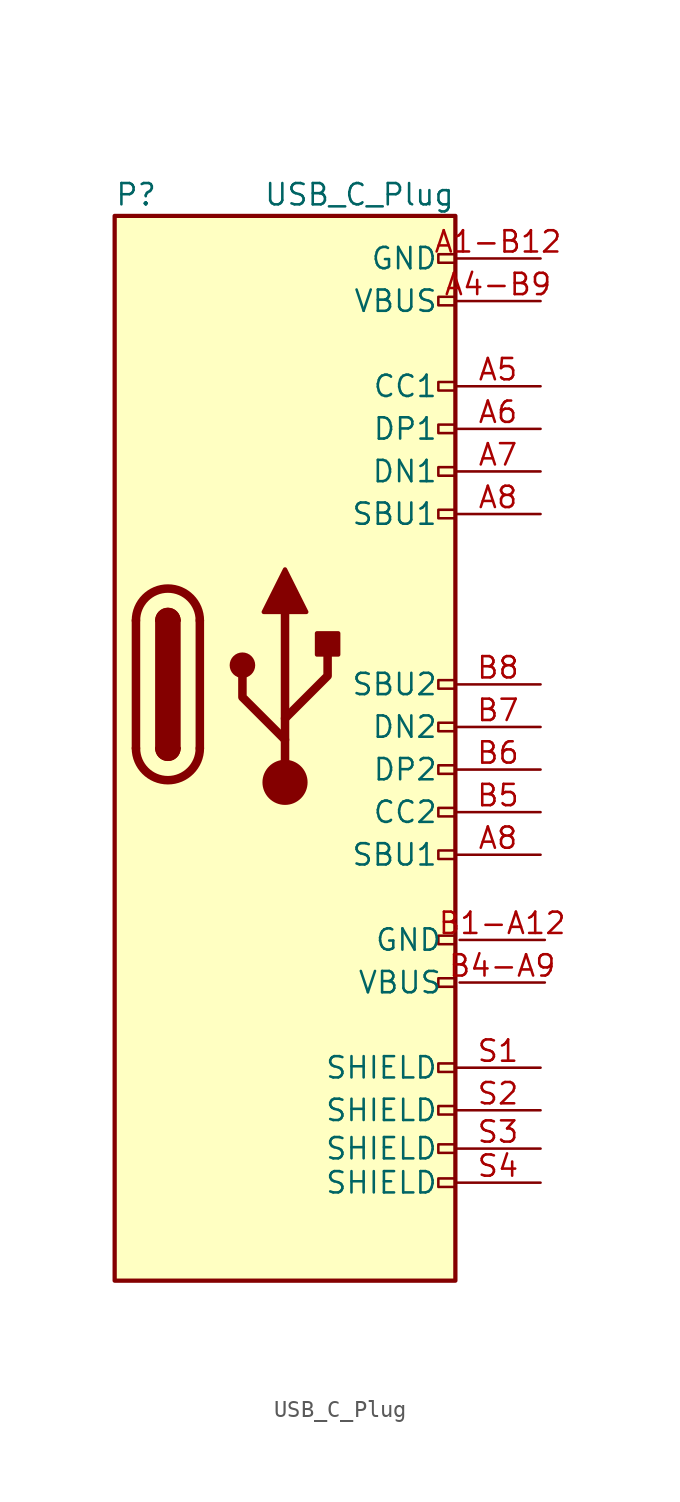
<source format=kicad_sym>
(kicad_symbol_lib
  (version 20220914)
  (generator kicad_symbol_editor)
  (symbol "USB_C_Plug"
    (pin_names
      (offset 1.016))
    (property "Reference" "P"
      (at -10.16 29.21 0)
      (effects (font (size 1.27 1.27)) (justify left)))
    (property "Value" "USB_C_Plug"
      (at 10.16 29.21 0)
      (effects (font (size 1.27 1.27)) (justify right)))
    (symbol "USB_C_Plug_0_0"
      (rectangle (start 9.144 -29.464) (end 10.16 -29.972) (stroke (width 0) (type default)) (fill (type none)))
      (rectangle (start 9.144 -27.432) (end 10.16 -27.94) (stroke (width 0) (type default)) (fill (type none)))
      (rectangle (start 9.144 -4.826) (end 10.16 -5.334) (stroke (width 0) (type default)) (fill (type none)))
      (rectangle (start 9.144 10.414) (end 10.16 9.906) (stroke (width 0) (type default)) (fill (type none)))
      (rectangle (start 9.144 12.954) (end 10.16 12.446) (stroke (width 0) (type default)) (fill (type none)))
      (rectangle (start 9.144 15.494) (end 10.16 14.986) (stroke (width 0) (type default)) (fill (type none)))
      (rectangle (start 9.144 23.114) (end 10.16 22.606) (stroke (width 0) (type default)) (fill (type none)))
      (rectangle (start 10.16 -25.146) (end 9.144 -25.654) (stroke (width 0) (type default)) (fill (type none)))
      (rectangle (start 10.16 -22.606) (end 9.144 -23.114) (stroke (width 0) (type default)) (fill (type none)))
      (rectangle (start 10.16 -17.526) (end 9.144 -18.034) (stroke (width 0) (type default)) (fill (type none)))
      (rectangle (start 10.16 -14.986) (end 9.144 -15.494) (stroke (width 0) (type default)) (fill (type none)))
      (rectangle (start 10.16 -9.906) (end 9.144 -10.414) (stroke (width 0) (type default)) (fill (type none)))
      (rectangle (start 10.16 -7.366) (end 9.144 -7.874) (stroke (width 0) (type default)) (fill (type none)))
      (rectangle (start 10.16 -2.286) (end 9.144 -2.794) (stroke (width 0) (type default)) (fill (type none)))
      (rectangle (start 10.16 0.254) (end 9.144 -0.254) (stroke (width 0) (type default)) (fill (type none)))
      (rectangle (start 10.16 18.034) (end 9.144 17.526) (stroke (width 0) (type default)) (fill (type none)))
      (rectangle (start 10.16 25.654) (end 9.144 25.146) (stroke (width 0) (type default)) (fill (type none))))
    (symbol "USB_C_Plug_0_1"
      (rectangle (start -10.16 27.94) (end 10.16 -35.56) (stroke (width 0.254) (type default)) (fill (type background)))
      (arc (start -8.89 -3.81) (mid -6.985 -5.7067) (end -5.08 -3.81) (stroke (width 0.508) (type default)) (fill (type none)))
      (arc (start -7.62 -3.81) (mid -6.985 -4.4423) (end -6.35 -3.81) (stroke (width 0.254) (type default)) (fill (type none)))
      (arc (start -7.62 -3.81) (mid -6.985 -4.4423) (end -6.35 -3.81) (stroke (width 0.254) (type default)) (fill (type outline)))
      (rectangle (start -7.62 -3.81) (end -6.35 3.81) (stroke (width 0.254) (type default)) (fill (type outline)))
      (arc (start -6.35 3.81) (mid -6.985 4.4423) (end -7.62 3.81) (stroke (width 0.254) (type default)) (fill (type none)))
      (arc (start -6.35 3.81) (mid -6.985 4.4423) (end -7.62 3.81) (stroke (width 0.254) (type default)) (fill (type outline)))
      (arc (start -5.08 3.81) (mid -6.985 5.7067) (end -8.89 3.81) (stroke (width 0.508) (type default)) (fill (type none)))
      (polyline (pts (xy -8.89 -3.81) (xy -8.89 3.81)) (stroke (width 0.508) (type default)) (fill (type none)))
      (polyline (pts (xy -5.08 3.81) (xy -5.08 -3.81)) (stroke (width 0.508) (type default)) (fill (type none))))
    (symbol "USB_C_Plug_1_1"
      (circle (center -2.54 1.143) (radius 0.635) (stroke (width 0.254) (type default)) (fill (type outline)))
      (circle (center 0 -5.842) (radius 1.27) (stroke (width 0) (type default)) (fill (type outline)))
      (polyline (pts (xy 0 -5.842) (xy 0 4.318)) (stroke (width 0.508) (type default)) (fill (type none)))
      (polyline (pts (xy 0 -3.302) (xy -2.54 -0.762) (xy -2.54 0.508)) (stroke (width 0.508) (type default)) (fill (type none)))
      (polyline (pts (xy 0 -2.032) (xy 2.54 0.508) (xy 2.54 1.778)) (stroke (width 0.508) (type default)) (fill (type none)))
      (polyline (pts (xy -1.27 4.318) (xy 0 6.858) (xy 1.27 4.318) (xy -1.27 4.318)) (stroke (width 0.254) (type default)) (fill (type outline)))
      (rectangle (start 1.905 1.778) (end 3.175 3.048) (stroke (width 0.254) (type default)) (fill (type outline)))
      (pin passive line (at 15.24 25.4 180) (length 5.08) (name "GND" (effects (font (size 1.27 1.27)))) (number "A1-B12" (effects (font (size 1.27 1.27)))))
      (pin bidirectional line (at 15.24 22.86 180) (length 5.08) (name "VBUS" (effects (font (size 1.27 1.27)))) (number "A4-B9" (effects (font (size 1.27 1.27)))))
      (pin bidirectional line (at 15.24 17.78 180) (length 5.08) (name "CC1" (effects (font (size 1.27 1.27)))) (number "A5" (effects (font (size 1.27 1.27)))))
      (pin bidirectional line (at 15.24 15.24 180) (length 5.08) (name "DP1" (effects (font (size 1.27 1.27)))) (number "A6" (effects (font (size 1.27 1.27)))))
      (pin bidirectional line (at 15.24 12.7 180) (length 5.08) (name "DN1" (effects (font (size 1.27 1.27)))) (number "A7" (effects (font (size 1.27 1.27)))))
      (pin bidirectional line (at 15.24 -10.16 180) (length 5.08) (name "SBU1" (effects (font (size 1.27 1.27)))) (number "A8" (effects (font (size 1.27 1.27)))))
      (pin bidirectional line (at 15.24 10.16 180) (length 5.08) (name "SBU1" (effects (font (size 1.27 1.27)))) (number "A8" (effects (font (size 1.27 1.27)))))
      (pin passive line (at 15.494 -15.24 180) (length 5.08) (name "GND" (effects (font (size 1.27 1.27)))) (number "B1-A12" (effects (font (size 1.27 1.27)))))
      (pin bidirectional line (at 15.494 -17.78 180) (length 5.08) (name "VBUS" (effects (font (size 1.27 1.27)))) (number "B4-A9" (effects (font (size 1.27 1.27)))))
      (pin bidirectional line (at 15.24 -7.62 180) (length 5.08) (name "CC2" (effects (font (size 1.27 1.27)))) (number "B5" (effects (font (size 1.27 1.27)))))
      (pin bidirectional line (at 15.24 -5.08 180) (length 5.08) (name "DP2" (effects (font (size 1.27 1.27)))) (number "B6" (effects (font (size 1.27 1.27)))))
      (pin bidirectional line (at 15.24 -2.54 180) (length 5.08) (name "DN2" (effects (font (size 1.27 1.27)))) (number "B7" (effects (font (size 1.27 1.27)))))
      (pin bidirectional line (at 15.24 0 180) (length 5.08) (name "SBU2" (effects (font (size 1.27 1.27)))) (number "B8" (effects (font (size 1.27 1.27)))))
      (pin passive line (at 15.24 -22.86 180) (length 5.08) (name "SHIELD" (effects (font (size 1.27 1.27)))) (number "S1" (effects (font (size 1.27 1.27)))))
      (pin passive line (at 15.24 -25.4 180) (length 5.08) (name "SHIELD" (effects (font (size 1.27 1.27)))) (number "S2" (effects (font (size 1.27 1.27)))))
      (pin passive line (at 15.24 -27.686 180) (length 5.08) (name "SHIELD" (effects (font (size 1.27 1.27)))) (number "S3" (effects (font (size 1.27 1.27)))))
      (pin passive line (at 15.24 -29.718 180) (length 5.08) (name "SHIELD" (effects (font (size 1.27 1.27)))) (number "S4" (effects (font (size 1.27 1.27))))))))
</source>
